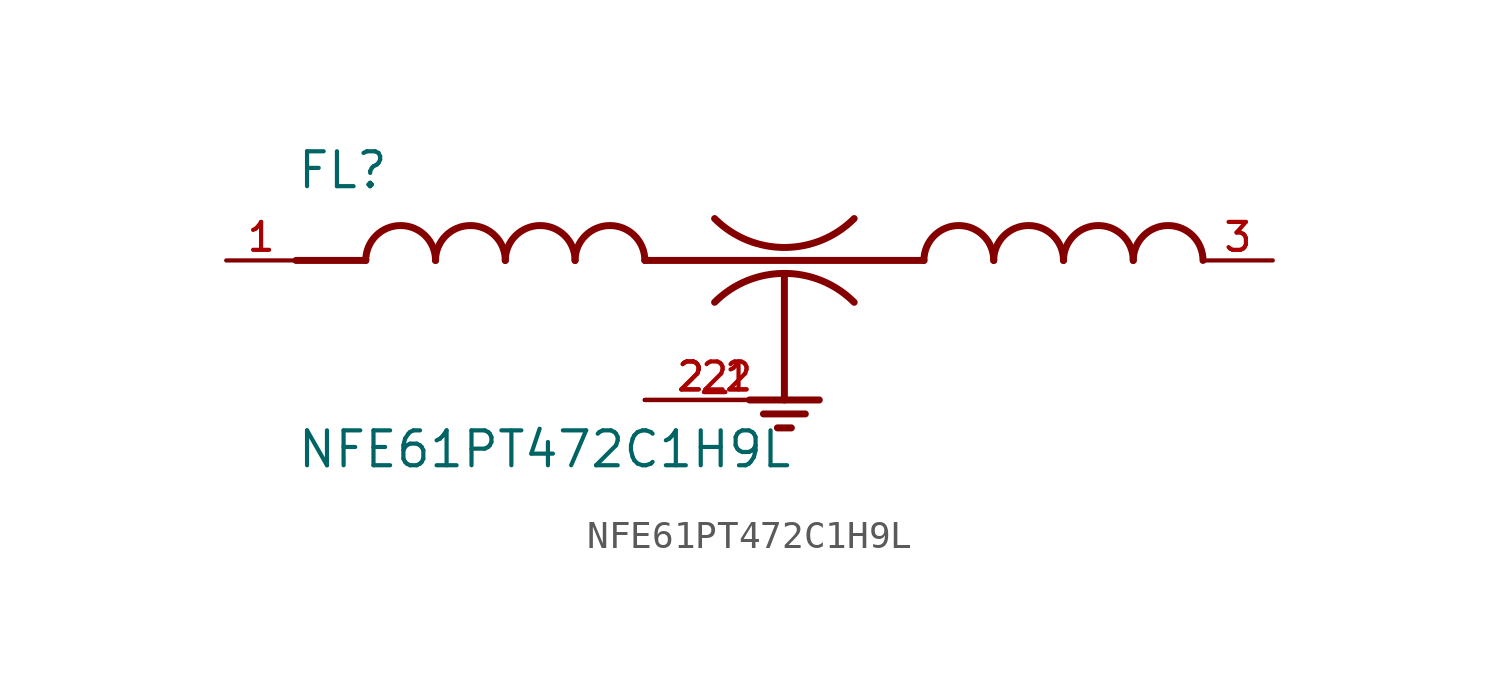
<source format=kicad_sym>
(kicad_symbol_lib
  (version 20211014)
  (generator kicad_symbol_editor)
  (symbol "NFE61PT472C1H9L"
    (pin_names
      (offset 1.016))
    (property "Reference" "FL"
      (at -17.78 5.08 0)
      (effects (font (size 1.27 1.27)) (justify bottom left)))
    (property "Value" "NFE61PT472C1H9L"
      (at -17.78 -5.08 0)
      (effects (font (size 1.27 1.27)) (justify bottom left)))
    (symbol "NFE61PT472C1H9L_0_0"
      (polyline (pts (xy -15.24 2.54) (xy -17.78 2.54)) (stroke (width 0.254)))
      (arc (start -12.7 2.54) (mid -13.97 3.81) (end -15.24 2.54) (stroke (width 0.254) (type default) (color 0 0 0 0)) (fill (type none)))
      (arc (start -10.16 2.54) (mid -11.43 3.81) (end -12.7 2.54) (stroke (width 0.254) (type default) (color 0 0 0 0)) (fill (type none)))
      (arc (start -7.62 2.54) (mid -8.89 3.81) (end -10.16 2.54) (stroke (width 0.254) (type default) (color 0 0 0 0)) (fill (type none)))
      (arc (start -5.08 2.54) (mid -6.35 3.81) (end -7.62 2.54) (stroke (width 0.254) (type default) (color 0 0 0 0)) (fill (type none)))
      (arc (start 7.62 2.54) (mid 6.35 3.81) (end 5.08 2.54) (stroke (width 0.254) (type default) (color 0 0 0 0)) (fill (type none)))
      (arc (start 10.16 2.54) (mid 8.89 3.81) (end 7.62 2.54) (stroke (width 0.254) (type default) (color 0 0 0 0)) (fill (type none)))
      (arc (start 12.7 2.54) (mid 11.43 3.81) (end 10.16 2.54) (stroke (width 0.254) (type default) (color 0 0 0 0)) (fill (type none)))
      (arc (start 15.24 2.54) (mid 13.97 3.81) (end 12.7 2.54) (stroke (width 0.254) (type default) (color 0 0 0 0)) (fill (type none)))
      (polyline (pts (xy -5.08 2.54) (xy 5.08 2.54)) (stroke (width 0.254)))
      (arc (start -2.54 4.064) (mid -0.0 3.0119) (end 2.54 4.064) (stroke (width 0.254) (type default) (color 0 0 0 0)) (fill (type none)))
      (arc (start 2.54 1.016) (mid 0.0 2.0681) (end -2.54 1.016) (stroke (width 0.254) (type default) (color 0 0 0 0)) (fill (type none)))
      (polyline (pts (xy 0.0 2.032) (xy 0.0 -2.54)) (stroke (width 0.254)))
      (polyline (pts (xy -1.27 -2.54) (xy 1.27 -2.54)) (stroke (width 0.254)))
      (polyline (pts (xy -0.762 -3.048) (xy 0.762 -3.048)) (stroke (width 0.254)))
      (polyline (pts (xy -0.254 -3.556) (xy 0.254 -3.556)) (stroke (width 0.254)))
      (pin passive line (at -20.32 2.54 0) (length 2.54) (name "~" (effects (font (size 1.016 1.016)))) (number "1" (effects (font (size 1.016 1.016)))))
      (pin passive line (at 17.78 2.54 180.0) (length 2.54) (name "~" (effects (font (size 1.016 1.016)))) (number "3" (effects (font (size 1.016 1.016)))))
      (pin passive line (at -5.08 -2.54 0) (length 5.08) (name "~" (effects (font (size 1.016 1.016)))) (number "2" (effects (font (size 1.016 1.016)))))
      (pin passive line (at -5.08 -2.54 0) (length 5.08) (name "~" (effects (font (size 1.016 1.016)))) (number "2_1" (effects (font (size 1.016 1.016)))))
      (pin passive line (at -5.08 -2.54 0) (length 5.08) (name "~" (effects (font (size 1.016 1.016)))) (number "2_2" (effects (font (size 1.016 1.016))))))))
</source>
